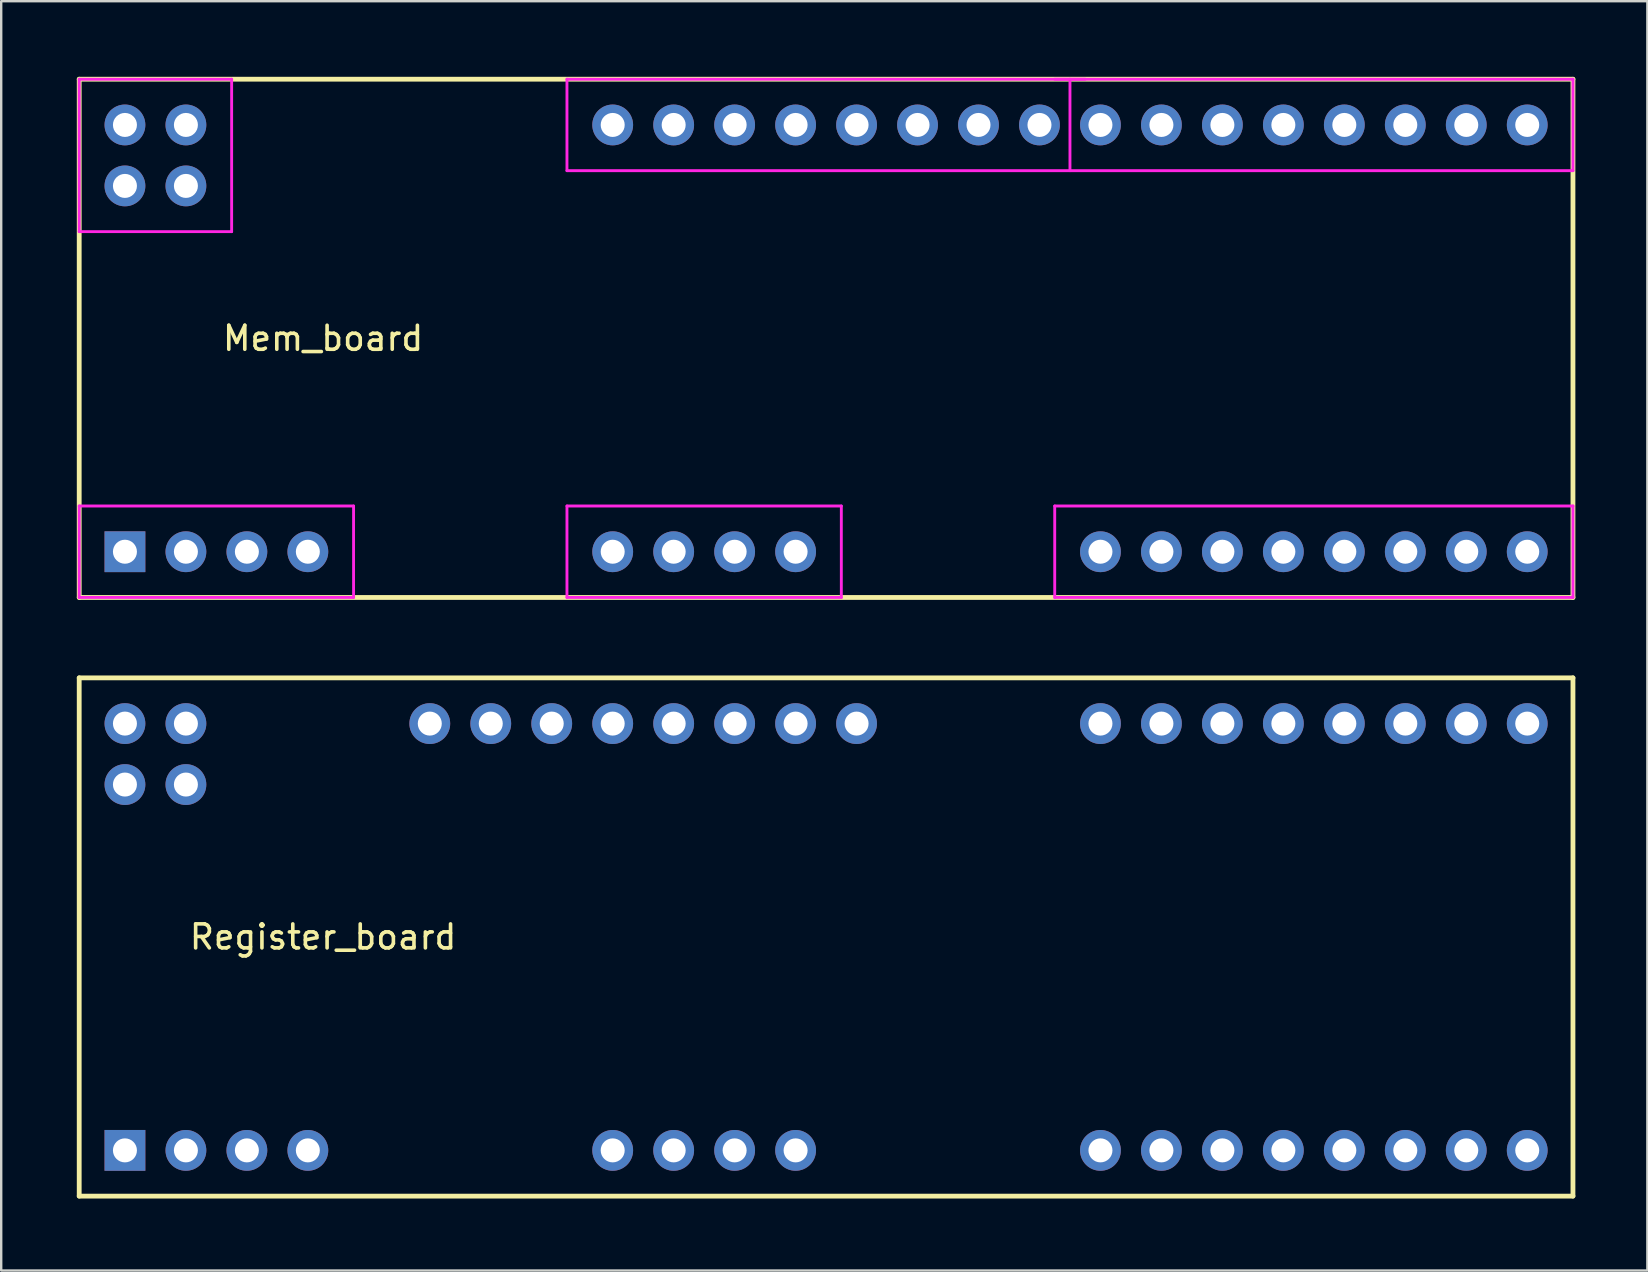
<source format=kicad_pcb>
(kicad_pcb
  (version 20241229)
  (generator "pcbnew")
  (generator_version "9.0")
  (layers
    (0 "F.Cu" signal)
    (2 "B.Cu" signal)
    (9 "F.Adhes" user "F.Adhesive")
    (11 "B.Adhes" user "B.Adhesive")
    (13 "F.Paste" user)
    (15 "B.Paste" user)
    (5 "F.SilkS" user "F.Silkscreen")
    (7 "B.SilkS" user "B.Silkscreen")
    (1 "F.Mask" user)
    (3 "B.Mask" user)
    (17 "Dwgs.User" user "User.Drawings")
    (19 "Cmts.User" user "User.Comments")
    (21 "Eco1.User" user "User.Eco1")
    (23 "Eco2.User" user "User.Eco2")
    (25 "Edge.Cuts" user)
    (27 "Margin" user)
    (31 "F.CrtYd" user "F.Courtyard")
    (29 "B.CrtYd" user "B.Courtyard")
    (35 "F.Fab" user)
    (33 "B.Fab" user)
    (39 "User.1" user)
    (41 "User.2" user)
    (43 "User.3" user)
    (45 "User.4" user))
  (footprint "Register_board"
    (layer "F.Cu")
    (at 0.25 25.19)
    (property "Reference" "Register_board" (at 10.16 10.795 180) (layer "F.SilkS") (effects (font (size 1 1) (thickness 0.15))))
    (attr through_hole)
    (fp_line (start 0 0) (end 62.23 0) (stroke (width 0.2) (type solid)) (layer "F.SilkS"))
    (fp_line (start 0 21.59) (end 0 0) (stroke (width 0.2) (type solid)) (layer "F.SilkS"))
    (fp_line (start 62.23 0) (end 62.23 21.59) (stroke (width 0.2) (type solid)) (layer "F.SilkS"))
    (fp_line (start 62.23 21.59) (end 0 21.59) (stroke (width 0.2) (type solid)) (layer "F.SilkS"))
    (pad "1" thru_hole rect (at 1.905 19.685 270) (size 1.7 1.7) (drill 1) (layers "*.Cu" "*.Mask"))
    (pad "2" thru_hole oval (at 4.445 19.685 270) (size 1.7 1.7) (drill 1) (layers "*.Cu" "*.Mask"))
    (pad "3" thru_hole oval (at 6.985 19.685 270) (size 1.7 1.7) (drill 1) (layers "*.Cu" "*.Mask"))
    (pad "4" thru_hole oval (at 9.525 19.685 270) (size 1.7 1.7) (drill 1) (layers "*.Cu" "*.Mask"))
    (pad "5" thru_hole oval (at 22.225 19.685 270) (size 1.7 1.7) (drill 1) (layers "*.Cu" "*.Mask"))
    (pad "6" thru_hole oval (at 24.765 19.685 270) (size 1.7 1.7) (drill 1) (layers "*.Cu" "*.Mask"))
    (pad "7" thru_hole oval (at 27.305 19.685 270) (size 1.7 1.7) (drill 1) (layers "*.Cu" "*.Mask"))
    (pad "8" thru_hole oval (at 29.845 19.685 270) (size 1.7 1.7) (drill 1) (layers "*.Cu" "*.Mask"))
    (pad "9" thru_hole oval (at 42.545 19.685 270) (size 1.7 1.7) (drill 1) (layers "*.Cu" "*.Mask"))
    (pad "10" thru_hole oval (at 45.085 19.685 270) (size 1.7 1.7) (drill 1) (layers "*.Cu" "*.Mask"))
    (pad "11" thru_hole oval (at 47.625 19.685 270) (size 1.7 1.7) (drill 1) (layers "*.Cu" "*.Mask"))
    (pad "12" thru_hole oval (at 50.165 19.685 270) (size 1.7 1.7) (drill 1) (layers "*.Cu" "*.Mask"))
    (pad "13" thru_hole oval (at 52.705 19.685 270) (size 1.7 1.7) (drill 1) (layers "*.Cu" "*.Mask"))
    (pad "14" thru_hole oval (at 55.245 19.685 270) (size 1.7 1.7) (drill 1) (layers "*.Cu" "*.Mask"))
    (pad "15" thru_hole oval (at 57.785 19.685 270) (size 1.7 1.7) (drill 1) (layers "*.Cu" "*.Mask"))
    (pad "16" thru_hole oval (at 60.325 19.685 270) (size 1.7 1.7) (drill 1) (layers "*.Cu" "*.Mask"))
    (pad "17" thru_hole oval (at 60.325 1.905 270) (size 1.7 1.7) (drill 1) (layers "*.Cu" "*.Mask"))
    (pad "18" thru_hole oval (at 57.785 1.905 270) (size 1.7 1.7) (drill 1) (layers "*.Cu" "*.Mask"))
    (pad "19" thru_hole oval (at 55.245 1.905 270) (size 1.7 1.7) (drill 1) (layers "*.Cu" "*.Mask"))
    (pad "20" thru_hole oval (at 52.705 1.905 270) (size 1.7 1.7) (drill 1) (layers "*.Cu" "*.Mask"))
    (pad "21" thru_hole oval (at 50.165 1.905 270) (size 1.7 1.7) (drill 1) (layers "*.Cu" "*.Mask"))
    (pad "22" thru_hole oval (at 47.625 1.905 270) (size 1.7 1.7) (drill 1) (layers "*.Cu" "*.Mask"))
    (pad "23" thru_hole oval (at 45.085 1.905 270) (size 1.7 1.7) (drill 1) (layers "*.Cu" "*.Mask"))
    (pad "24" thru_hole oval (at 42.545 1.905 270) (size 1.7 1.7) (drill 1) (layers "*.Cu" "*.Mask"))
    (pad "25" thru_hole oval (at 32.385 1.905 270) (size 1.7 1.7) (drill 1) (layers "*.Cu" "*.Mask"))
    (pad "26" thru_hole oval (at 29.845 1.905 270) (size 1.7 1.7) (drill 1) (layers "*.Cu" "*.Mask"))
    (pad "27" thru_hole oval (at 27.305 1.905 270) (size 1.7 1.7) (drill 1) (layers "*.Cu" "*.Mask"))
    (pad "28" thru_hole oval (at 24.765 1.905 270) (size 1.7 1.7) (drill 1) (layers "*.Cu" "*.Mask"))
    (pad "29" thru_hole oval (at 22.225 1.905 270) (size 1.7 1.7) (drill 1) (layers "*.Cu" "*.Mask"))
    (pad "30" thru_hole oval (at 19.685 1.905 270) (size 1.7 1.7) (drill 1) (layers "*.Cu" "*.Mask"))
    (pad "31" thru_hole oval (at 17.145 1.905 270) (size 1.7 1.7) (drill 1) (layers "*.Cu" "*.Mask"))
    (pad "32" thru_hole oval (at 14.605 1.905 270) (size 1.7 1.7) (drill 1) (layers "*.Cu" "*.Mask"))
    (pad "33" thru_hole oval (at 4.445 1.905 90) (size 1.7 1.7) (drill 1) (layers "*.Cu" "*.Mask"))
    (pad "34" thru_hole oval (at 1.905 1.905 90) (size 1.7 1.7) (drill 1) (layers "*.Cu" "*.Mask"))
    (pad "35" thru_hole oval (at 4.445 4.445 90) (size 1.7 1.7) (drill 1) (layers "*.Cu" "*.Mask"))
    (pad "36" thru_hole oval (at 1.905 4.445 90) (size 1.7 1.7) (drill 1) (layers "*.Cu" "*.Mask")))
  (footprint "Mem_board"
    (layer "F.Cu")
    (at 0.25 0.25)
    (property "Reference" "Mem_board" (at 10.16 10.795 180) (layer "F.SilkS") (effects (font (size 1 1) (thickness 0.15))))
    (attr through_hole)
    (fp_line (start 0 0) (end 62.23 0) (stroke (width 0.2) (type solid)) (layer "F.SilkS"))
    (fp_line (start 0 21.59) (end 0 0) (stroke (width 0.2) (type solid)) (layer "F.SilkS"))
    (fp_line (start 62.23 0) (end 62.23 21.59) (stroke (width 0.2) (type solid)) (layer "F.SilkS"))
    (fp_line (start 62.23 21.59) (end 0 21.59) (stroke (width 0.2) (type solid)) (layer "F.SilkS"))
    (fp_line (start 0 0) (end 0 6.35) (stroke (width 0.12) (type solid)) (layer "F.CrtYd"))
    (fp_line (start 0 6.35) (end 6.35 6.35) (stroke (width 0.12) (type solid)) (layer "F.CrtYd"))
    (fp_line (start 0 17.78) (end 11.43 17.78) (stroke (width 0.12) (type solid)) (layer "F.CrtYd"))
    (fp_line (start 0 21.59) (end 0 17.78) (stroke (width 0.12) (type solid)) (layer "F.CrtYd"))
    (fp_line (start 6.35 0) (end 0 0) (stroke (width 0.12) (type solid)) (layer "F.CrtYd"))
    (fp_line (start 6.35 6.35) (end 6.35 0) (stroke (width 0.12) (type solid)) (layer "F.CrtYd"))
    (fp_line (start 11.43 17.78) (end 11.43 21.59) (stroke (width 0.12) (type solid)) (layer "F.CrtYd"))
    (fp_line (start 11.43 21.59) (end 0 21.59) (stroke (width 0.12) (type solid)) (layer "F.CrtYd"))
    (fp_line (start 20.32 0) (end 20.32 3.81) (stroke (width 0.12) (type solid)) (layer "F.CrtYd"))
    (fp_line (start 20.32 3.81) (end 62.23 3.81) (stroke (width 0.12) (type solid)) (layer "F.CrtYd"))
    (fp_line (start 20.32 17.78) (end 20.32 21.59) (stroke (width 0.12) (type solid)) (layer "F.CrtYd"))
    (fp_line (start 20.32 21.59) (end 31.75 21.59) (stroke (width 0.12) (type solid)) (layer "F.CrtYd"))
    (fp_line (start 31.75 17.78) (end 20.32 17.78) (stroke (width 0.12) (type solid)) (layer "F.CrtYd"))
    (fp_line (start 31.75 21.59) (end 31.75 17.78) (stroke (width 0.12) (type solid)) (layer "F.CrtYd"))
    (fp_line (start 40.64 17.78) (end 40.64 21.59) (stroke (width 0.12) (type solid)) (layer "F.CrtYd"))
    (fp_line (start 40.64 21.59) (end 62.23 21.59) (stroke (width 0.12) (type solid)) (layer "F.CrtYd"))
    (fp_line (start 41.275 3.81) (end 41.275 0) (stroke (width 0.12) (type solid)) (layer "F.CrtYd"))
    (fp_line (start 41.91 0) (end 20.32 0) (stroke (width 0.12) (type solid)) (layer "F.CrtYd"))
    (fp_line (start 62.23 0) (end 40.64 0) (stroke (width 0.12) (type solid)) (layer "F.CrtYd"))
    (fp_line (start 62.23 3.81) (end 62.23 0) (stroke (width 0.12) (type solid)) (layer "F.CrtYd"))
    (fp_line (start 62.23 17.78) (end 40.64 17.78) (stroke (width 0.12) (type solid)) (layer "F.CrtYd"))
    (fp_line (start 62.23 21.59) (end 62.23 17.78) (stroke (width 0.12) (type solid)) (layer "F.CrtYd"))
    (pad "1" thru_hole rect (at 1.905 19.685 270) (size 1.7 1.7) (drill 1) (layers "*.Cu" "*.Mask"))
    (pad "2" thru_hole oval (at 4.445 19.685 270) (size 1.7 1.7) (drill 1) (layers "*.Cu" "*.Mask"))
    (pad "3" thru_hole oval (at 6.985 19.685 270) (size 1.7 1.7) (drill 1) (layers "*.Cu" "*.Mask"))
    (pad "4" thru_hole oval (at 9.525 19.685 270) (size 1.7 1.7) (drill 1) (layers "*.Cu" "*.Mask"))
    (pad "5" thru_hole oval (at 22.225 19.685 270) (size 1.7 1.7) (drill 1) (layers "*.Cu" "*.Mask"))
    (pad "6" thru_hole oval (at 24.765 19.685 270) (size 1.7 1.7) (drill 1) (layers "*.Cu" "*.Mask"))
    (pad "7" thru_hole oval (at 27.305 19.685 270) (size 1.7 1.7) (drill 1) (layers "*.Cu" "*.Mask"))
    (pad "8" thru_hole oval (at 29.845 19.685 270) (size 1.7 1.7) (drill 1) (layers "*.Cu" "*.Mask"))
    (pad "9" thru_hole oval (at 42.545 19.685 270) (size 1.7 1.7) (drill 1) (layers "*.Cu" "*.Mask"))
    (pad "10" thru_hole oval (at 45.085 19.685 270) (size 1.7 1.7) (drill 1) (layers "*.Cu" "*.Mask"))
    (pad "11" thru_hole oval (at 47.625 19.685 270) (size 1.7 1.7) (drill 1) (layers "*.Cu" "*.Mask"))
    (pad "12" thru_hole oval (at 50.165 19.685 270) (size 1.7 1.7) (drill 1) (layers "*.Cu" "*.Mask"))
    (pad "13" thru_hole oval (at 52.705 19.685 270) (size 1.7 1.7) (drill 1) (layers "*.Cu" "*.Mask"))
    (pad "14" thru_hole oval (at 55.245 19.685 270) (size 1.7 1.7) (drill 1) (layers "*.Cu" "*.Mask"))
    (pad "15" thru_hole oval (at 57.785 19.685 270) (size 1.7 1.7) (drill 1) (layers "*.Cu" "*.Mask"))
    (pad "16" thru_hole oval (at 60.325 19.685 270) (size 1.7 1.7) (drill 1) (layers "*.Cu" "*.Mask"))
    (pad "17" thru_hole oval (at 60.325 1.905 270) (size 1.7 1.7) (drill 1) (layers "*.Cu" "*.Mask"))
    (pad "18" thru_hole oval (at 57.785 1.905 270) (size 1.7 1.7) (drill 1) (layers "*.Cu" "*.Mask"))
    (pad "19" thru_hole oval (at 55.245 1.905 270) (size 1.7 1.7) (drill 1) (layers "*.Cu" "*.Mask"))
    (pad "20" thru_hole oval (at 52.705 1.905 270) (size 1.7 1.7) (drill 1) (layers "*.Cu" "*.Mask"))
    (pad "21" thru_hole oval (at 50.165 1.905 270) (size 1.7 1.7) (drill 1) (layers "*.Cu" "*.Mask"))
    (pad "22" thru_hole oval (at 47.625 1.905 270) (size 1.7 1.7) (drill 1) (layers "*.Cu" "*.Mask"))
    (pad "23" thru_hole oval (at 45.085 1.905 270) (size 1.7 1.7) (drill 1) (layers "*.Cu" "*.Mask"))
    (pad "24" thru_hole oval (at 42.545 1.905 270) (size 1.7 1.7) (drill 1) (layers "*.Cu" "*.Mask"))
    (pad "25" thru_hole oval (at 40.005 1.905 270) (size 1.7 1.7) (drill 1) (layers "*.Cu" "*.Mask"))
    (pad "26" thru_hole oval (at 37.465 1.905 270) (size 1.7 1.7) (drill 1) (layers "*.Cu" "*.Mask"))
    (pad "27" thru_hole oval (at 34.925 1.905 270) (size 1.7 1.7) (drill 1) (layers "*.Cu" "*.Mask"))
    (pad "28" thru_hole oval (at 32.385 1.905 270) (size 1.7 1.7) (drill 1) (layers "*.Cu" "*.Mask"))
    (pad "29" thru_hole oval (at 29.845 1.905 270) (size 1.7 1.7) (drill 1) (layers "*.Cu" "*.Mask"))
    (pad "30" thru_hole oval (at 27.305 1.905 270) (size 1.7 1.7) (drill 1) (layers "*.Cu" "*.Mask"))
    (pad "31" thru_hole oval (at 24.765 1.905 270) (size 1.7 1.7) (drill 1) (layers "*.Cu" "*.Mask"))
    (pad "32" thru_hole oval (at 22.225 1.905 270) (size 1.7 1.7) (drill 1) (layers "*.Cu" "*.Mask"))
    (pad "33" thru_hole oval (at 4.445 1.905 90) (size 1.7 1.7) (drill 1) (layers "*.Cu" "*.Mask"))
    (pad "34" thru_hole oval (at 1.905 1.905 90) (size 1.7 1.7) (drill 1) (layers "*.Cu" "*.Mask"))
    (pad "35" thru_hole oval (at 4.445 4.445 90) (size 1.7 1.7) (drill 1) (layers "*.Cu" "*.Mask"))
    (pad "36" thru_hole oval (at 1.905 4.445 90) (size 1.7 1.7) (drill 1) (layers "*.Cu" "*.Mask")))
  (gr_rect
    (start -3 -3)
    (end 65.58 49.88)
    (stroke (width 0.1) (type default))
    (fill no)
    (layer "Edge.Cuts")))
</source>
